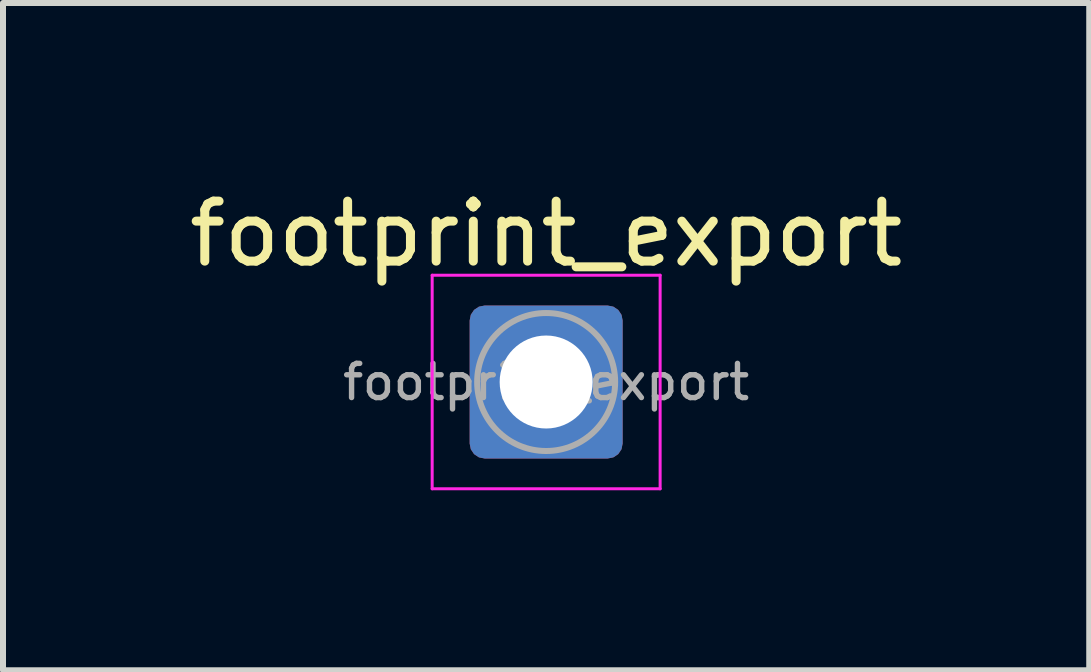
<source format=kicad_pcb>
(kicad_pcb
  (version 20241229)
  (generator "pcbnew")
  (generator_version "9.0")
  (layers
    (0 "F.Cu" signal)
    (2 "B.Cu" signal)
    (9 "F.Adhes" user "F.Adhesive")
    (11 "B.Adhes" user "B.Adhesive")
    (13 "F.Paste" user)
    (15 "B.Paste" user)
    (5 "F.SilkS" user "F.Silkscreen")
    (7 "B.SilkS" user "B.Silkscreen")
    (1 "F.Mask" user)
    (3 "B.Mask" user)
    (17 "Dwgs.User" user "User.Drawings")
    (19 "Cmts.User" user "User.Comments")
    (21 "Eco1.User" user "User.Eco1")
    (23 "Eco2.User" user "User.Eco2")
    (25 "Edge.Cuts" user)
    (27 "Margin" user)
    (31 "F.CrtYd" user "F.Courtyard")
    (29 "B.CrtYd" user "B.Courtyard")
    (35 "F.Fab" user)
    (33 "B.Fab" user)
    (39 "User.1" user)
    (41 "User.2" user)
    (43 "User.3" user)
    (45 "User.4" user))
  (footprint "footprint_export"
    (layer "F.Cu")
    (at 6.054 3.318)
    (property "Reference" "footprint_export" (at 0 -2.47 0) (layer "F.SilkS") (effects (font (size 1 1) (thickness 0.15))))
    (attr exclude_from_pos_files exclude_from_bom)
    (fp_line (start -1.9 -1.78) (end -1.9 1.78) (stroke (width 0.05) (type solid)) (layer "F.CrtYd"))
    (fp_line (start -1.9 1.78) (end 1.9 1.78) (stroke (width 0.05) (type solid)) (layer "F.CrtYd"))
    (fp_line (start 1.9 -1.78) (end -1.9 -1.78) (stroke (width 0.05) (type solid)) (layer "F.CrtYd"))
    (fp_line (start 1.9 1.78) (end 1.9 -1.78) (stroke (width 0.05) (type solid)) (layer "F.CrtYd"))
    (fp_circle (center 0 0) (end 1.15 0) (stroke (width 0.1) (type solid)) (fill no) (layer "F.Fab"))
    (fp_text user "${REFERENCE}" (at 0 0 0) (layer "F.Fab") (effects (font (size 0.57 0.57) (thickness 0.09))))
    (pad "1" thru_hole roundrect (at 0 0) (size 2.55 2.55) (drill 1.55) (layers "*.Cu" "*.Mask") (roundrect_rratio 0.098)))
  (gr_rect
    (start -3 -3)
    (end 15.107 8.123)
    (stroke (width 0.1) (type default))
    (fill no)
    (layer "Edge.Cuts")))
</source>
